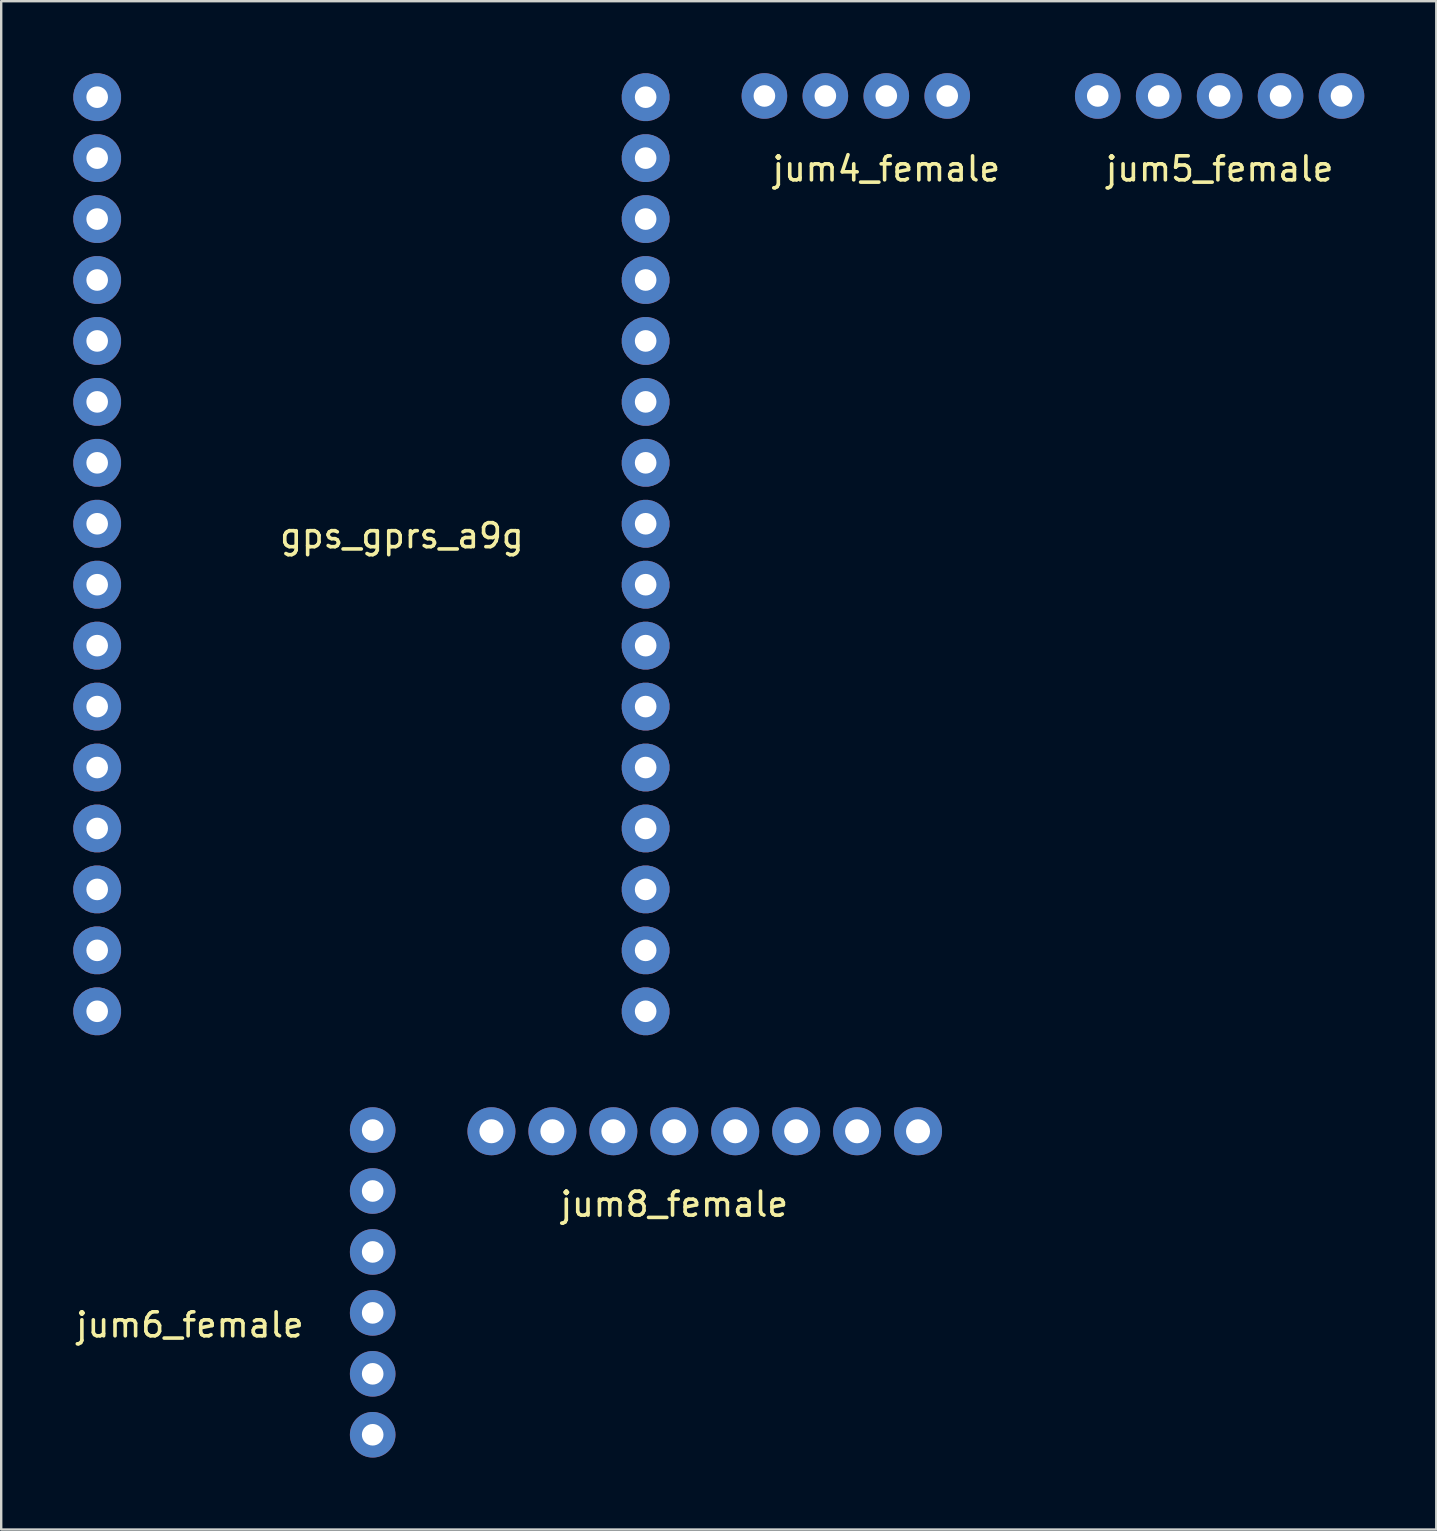
<source format=kicad_pcb>
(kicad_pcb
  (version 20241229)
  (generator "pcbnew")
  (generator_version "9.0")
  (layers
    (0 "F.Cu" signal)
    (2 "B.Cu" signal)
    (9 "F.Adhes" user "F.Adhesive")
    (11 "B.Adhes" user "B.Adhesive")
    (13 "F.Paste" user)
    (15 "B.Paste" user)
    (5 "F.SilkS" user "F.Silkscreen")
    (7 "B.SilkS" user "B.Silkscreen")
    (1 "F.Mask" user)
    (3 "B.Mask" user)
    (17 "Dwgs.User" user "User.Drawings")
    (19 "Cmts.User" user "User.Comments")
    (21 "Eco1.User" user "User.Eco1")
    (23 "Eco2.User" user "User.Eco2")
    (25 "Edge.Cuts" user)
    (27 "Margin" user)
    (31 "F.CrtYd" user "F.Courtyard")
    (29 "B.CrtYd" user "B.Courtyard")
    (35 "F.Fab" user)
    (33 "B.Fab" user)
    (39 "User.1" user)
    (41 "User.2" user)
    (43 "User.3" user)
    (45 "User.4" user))
  (footprint "jum5_female"
    (layer "F.Cu")
    (at 47.783 3.49)
    (property "Reference" "jum5_female" (at 0 0.5 0) (layer "F.SilkS") (effects (font (size 1 1) (thickness 0.15))))
    (attr through_hole)
    (pad "2" thru_hole circle (at -5.08 -2.54) (size 1.9 1.9) (drill 0.9) (layers "*.Cu" "*.Mask"))
    (pad "2" thru_hole circle (at -2.54 -2.54) (size 1.9 1.9) (drill 0.9) (layers "*.Cu" "*.Mask"))
    (pad "2" thru_hole circle (at 0 -2.54) (size 1.9 1.9) (drill 0.9) (layers "*.Cu" "*.Mask"))
    (pad "2" thru_hole circle (at 2.54 -2.54) (size 1.9 1.9) (drill 0.9) (layers "*.Cu" "*.Mask"))
    (pad "2" thru_hole circle (at 5.08 -2.54) (size 1.9 1.9) (drill 0.9) (layers "*.Cu" "*.Mask")))
  (footprint "gps_gprs_a9g"
    (layer "F.Cu")
    (at 13.7 18.78)
    (property "Reference" "gps_gprs_a9g" (at 0 0.5 0) (layer "F.SilkS") (effects (font (size 1 1) (thickness 0.15))))
    (attr through_hole)
    (pad "18" thru_hole custom (at -12.7 -17.78) (size 2 2) (drill 0.9) (layers "*.Cu" "*.Mask") (options (anchor circle)) (primitives))
    (pad "18" thru_hole custom (at -12.7 -15.24) (size 2 2) (drill 0.9) (layers "*.Cu" "*.Mask") (options (anchor circle)) (primitives))
    (pad "18" thru_hole custom (at -12.7 -12.7) (size 2 2) (drill 0.9) (layers "*.Cu" "*.Mask") (options (anchor circle)) (primitives))
    (pad "18" thru_hole custom (at -12.7 -10.16) (size 2 2) (drill 0.9) (layers "*.Cu" "*.Mask") (options (anchor circle)) (primitives))
    (pad "18" thru_hole custom (at -12.7 -7.62) (size 2 2) (drill 0.9) (layers "*.Cu" "*.Mask") (options (anchor circle)) (primitives))
    (pad "18" thru_hole custom (at -12.7 -5.08) (size 2 2) (drill 0.9) (layers "*.Cu" "*.Mask") (options (anchor circle)) (primitives))
    (pad "18" thru_hole custom (at -12.7 -2.54) (size 2 2) (drill 0.9) (layers "*.Cu" "*.Mask") (options (anchor circle)) (primitives))
    (pad "18" thru_hole custom (at -12.7 0) (size 2 2) (drill 0.9) (layers "*.Cu" "*.Mask") (options (anchor circle)) (primitives))
    (pad "18" thru_hole custom (at -12.7 2.54) (size 2 2) (drill 0.9) (layers "*.Cu" "*.Mask") (options (anchor circle)) (primitives))
    (pad "18" thru_hole custom (at -12.7 5.08) (size 2 2) (drill 0.9) (layers "*.Cu" "*.Mask") (options (anchor circle)) (primitives))
    (pad "18" thru_hole custom (at -12.7 7.62) (size 2 2) (drill 0.9) (layers "*.Cu" "*.Mask") (options (anchor circle)) (primitives))
    (pad "18" thru_hole custom (at -12.7 10.16) (size 2 2) (drill 0.9) (layers "*.Cu" "*.Mask") (options (anchor circle)) (primitives))
    (pad "18" thru_hole custom (at -12.7 12.7) (size 2 2) (drill 0.9) (layers "*.Cu" "*.Mask") (options (anchor circle)) (primitives))
    (pad "18" thru_hole custom (at -12.7 15.24) (size 2 2) (drill 0.9) (layers "*.Cu" "*.Mask") (options (anchor circle)) (primitives))
    (pad "18" thru_hole custom (at -12.7 17.78) (size 2 2) (drill 0.9) (layers "*.Cu" "*.Mask") (options (anchor circle)) (primitives))
    (pad "18" thru_hole custom (at -12.7 20.32) (size 2 2) (drill 0.9) (layers "*.Cu" "*.Mask") (options (anchor circle)) (primitives))
    (pad "18" thru_hole custom (at 10.16 -17.78) (size 2 2) (drill 0.9) (layers "*.Cu" "*.Mask") (options (anchor circle)) (primitives))
    (pad "18" thru_hole custom (at 10.16 -15.24) (size 2 2) (drill 0.9) (layers "*.Cu" "*.Mask") (options (anchor circle)) (primitives))
    (pad "18" thru_hole custom (at 10.16 -12.7) (size 2 2) (drill 0.9) (layers "*.Cu" "*.Mask") (options (anchor circle)) (primitives))
    (pad "18" thru_hole custom (at 10.16 -10.16) (size 2 2) (drill 0.9) (layers "*.Cu" "*.Mask") (options (anchor circle)) (primitives))
    (pad "18" thru_hole custom (at 10.16 -7.62) (size 2 2) (drill 0.9) (layers "*.Cu" "*.Mask") (options (anchor circle)) (primitives))
    (pad "18" thru_hole custom (at 10.16 -5.08) (size 2 2) (drill 0.9) (layers "*.Cu" "*.Mask") (options (anchor circle)) (primitives))
    (pad "18" thru_hole custom (at 10.16 -2.54) (size 2 2) (drill 0.9) (layers "*.Cu" "*.Mask") (options (anchor circle)) (primitives))
    (pad "18" thru_hole custom (at 10.16 0) (size 2 2) (drill 0.9) (layers "*.Cu" "*.Mask") (options (anchor circle)) (primitives))
    (pad "18" thru_hole custom (at 10.16 2.54) (size 2 2) (drill 0.9) (layers "*.Cu" "*.Mask") (options (anchor circle)) (primitives))
    (pad "18" thru_hole custom (at 10.16 5.08) (size 2 2) (drill 0.9) (layers "*.Cu" "*.Mask") (options (anchor circle)) (primitives))
    (pad "18" thru_hole custom (at 10.16 7.62) (size 2 2) (drill 0.9) (layers "*.Cu" "*.Mask") (options (anchor circle)) (primitives))
    (pad "18" thru_hole custom (at 10.16 10.16) (size 2 2) (drill 0.9) (layers "*.Cu" "*.Mask") (options (anchor circle)) (primitives))
    (pad "18" thru_hole custom (at 10.16 12.7) (size 2 2) (drill 0.9) (layers "*.Cu" "*.Mask") (options (anchor circle)) (primitives))
    (pad "18" thru_hole custom (at 10.16 15.24) (size 2 2) (drill 0.9) (layers "*.Cu" "*.Mask") (options (anchor circle)) (primitives))
    (pad "18" thru_hole custom (at 10.16 17.78) (size 2 2) (drill 0.9) (layers "*.Cu" "*.Mask") (options (anchor circle)) (primitives))
    (pad "18" thru_hole custom (at 10.16 20.32) (size 2 2) (drill 0.9) (layers "*.Cu" "*.Mask") (options (anchor circle)) (primitives)))
  (footprint "jum8_female"
    (layer "F.Cu")
    (at 25.053 46.64)
    (property "Reference" "jum8_female" (at 0 0.5 0) (layer "F.SilkS") (effects (font (size 1 1) (thickness 0.15))))
    (attr through_hole)
    (pad "1" thru_hole circle (at -7.62 -2.54) (size 2 2) (drill 1) (layers "*.Cu" "*.Mask"))
    (pad "1" thru_hole circle (at -5.08 -2.54) (size 2 2) (drill 1) (layers "*.Cu" "*.Mask"))
    (pad "1" thru_hole circle (at -2.54 -2.54) (size 2 2) (drill 1) (layers "*.Cu" "*.Mask"))
    (pad "1" thru_hole circle (at 0 -2.54) (size 2 2) (drill 1) (layers "*.Cu" "*.Mask"))
    (pad "1" thru_hole circle (at 2.54 -2.54) (size 2 2) (drill 1) (layers "*.Cu" "*.Mask"))
    (pad "1" thru_hole circle (at 5.08 -2.54) (size 2 2) (drill 1) (layers "*.Cu" "*.Mask"))
    (pad "1" thru_hole circle (at 7.62 -2.54) (size 2 2) (drill 1) (layers "*.Cu" "*.Mask"))
    (pad "1" thru_hole circle (at 10.16 -2.54) (size 2 2) (drill 1) (layers "*.Cu" "*.Mask")))
  (footprint "jum6_female"
    (layer "F.Cu")
    (at 4.863 51.67)
    (property "Reference" "jum6_female" (at 0 0.5 0) (layer "F.SilkS") (effects (font (size 1 1) (thickness 0.15))))
    (attr through_hole)
    (pad "3" thru_hole circle (at 7.62 -7.62) (size 1.9 1.9) (drill 0.9) (layers "*.Cu" "*.Mask"))
    (pad "3" thru_hole circle (at 7.62 -5.08) (size 1.9 1.9) (drill 0.9) (layers "*.Cu" "*.Mask"))
    (pad "3" thru_hole circle (at 7.62 -2.54) (size 1.9 1.9) (drill 0.9) (layers "*.Cu" "*.Mask"))
    (pad "3" thru_hole circle (at 7.62 0) (size 1.9 1.9) (drill 0.9) (layers "*.Cu" "*.Mask"))
    (pad "3" thru_hole circle (at 7.62 2.54) (size 1.9 1.9) (drill 0.9) (layers "*.Cu" "*.Mask"))
    (pad "3" thru_hole circle (at 7.62 5.08) (size 1.9 1.9) (drill 0.9) (layers "*.Cu" "*.Mask")))
  (footprint "jum4_female"
    (layer "F.Cu")
    (at 33.89 3.49)
    (property "Reference" "jum4_female" (at 0 0.5 0) (layer "F.SilkS") (effects (font (size 1 1) (thickness 0.15))))
    (attr through_hole)
    (pad "1" thru_hole circle (at -5.08 -2.54) (size 1.9 1.9) (drill 0.9) (layers "*.Cu" "*.Mask"))
    (pad "2" thru_hole circle (at -2.54 -2.54) (size 1.9 1.9) (drill 0.9) (layers "*.Cu" "*.Mask"))
    (pad "2" thru_hole circle (at 0 -2.54) (size 1.9 1.9) (drill 0.9) (layers "*.Cu" "*.Mask"))
    (pad "2" thru_hole circle (at 2.54 -2.54) (size 1.9 1.9) (drill 0.9) (layers "*.Cu" "*.Mask")))
  (gr_rect
    (start -3 -3)
    (end 56.813 60.7)
    (stroke (width 0.1) (type default))
    (fill no)
    (layer "Edge.Cuts")))
</source>
